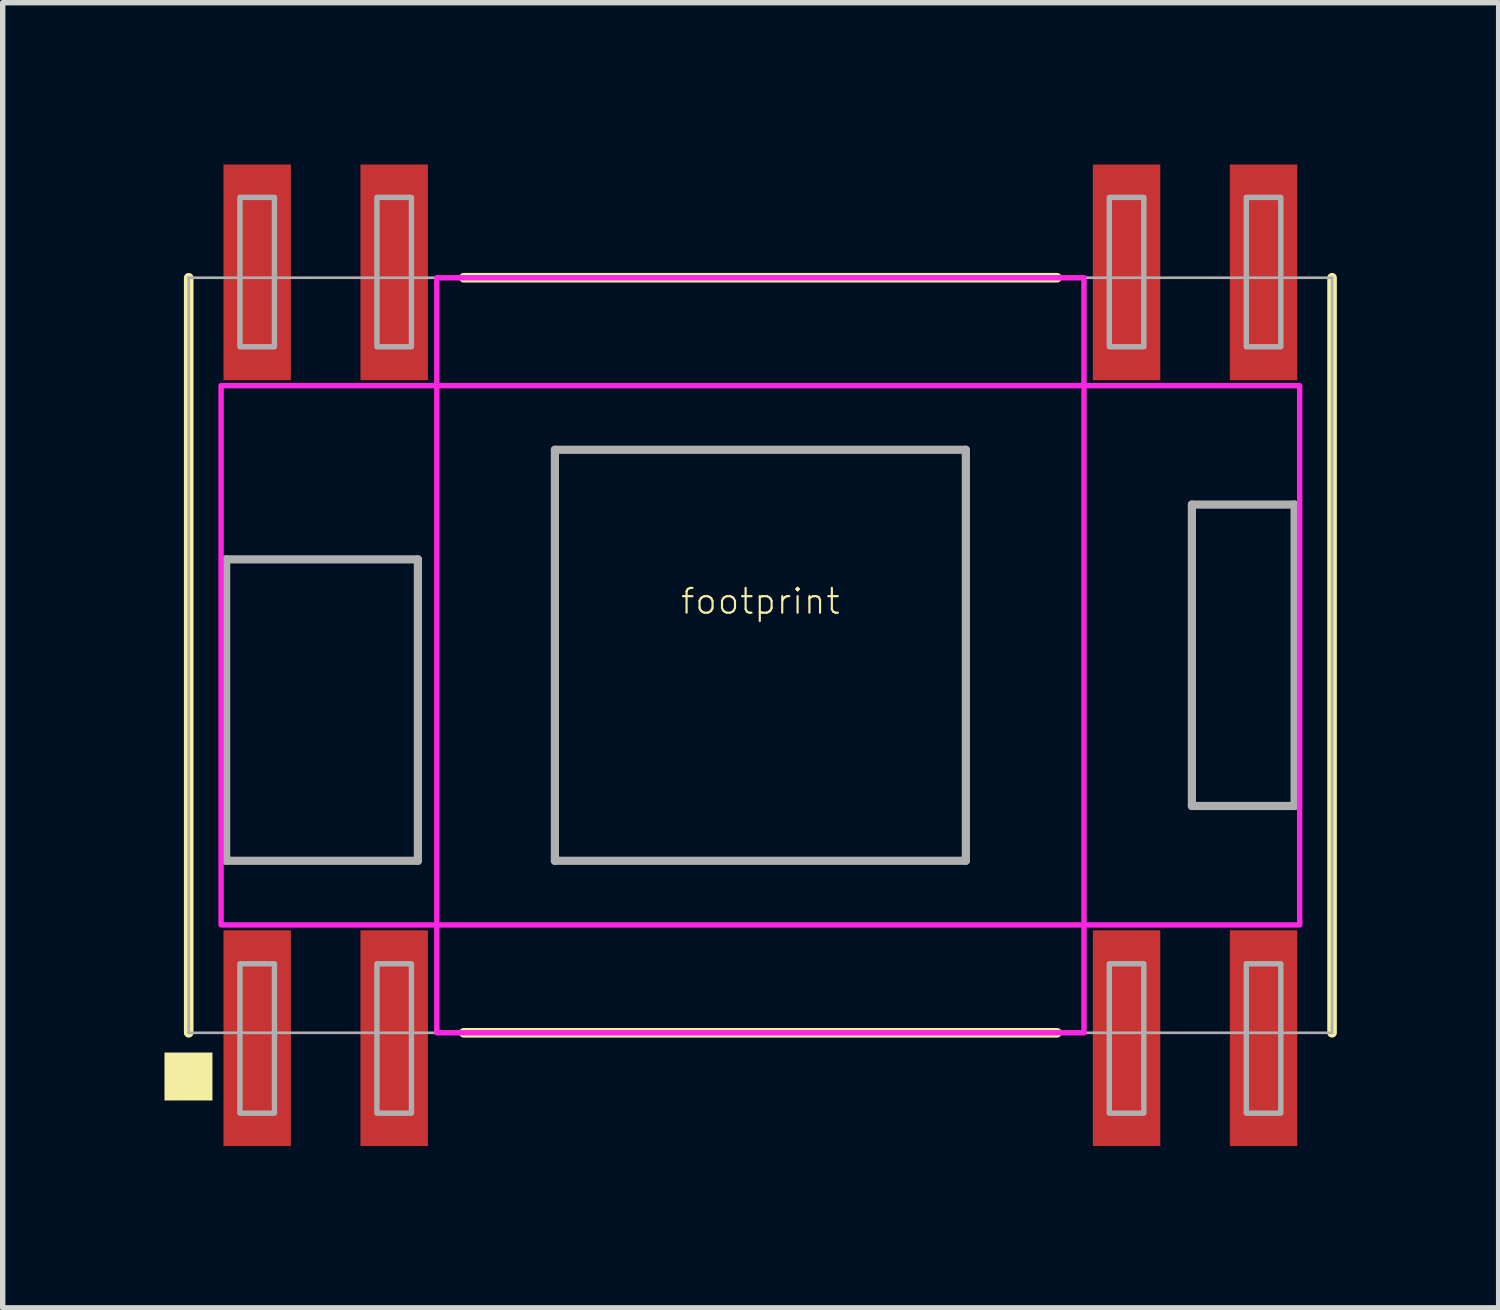
<source format=kicad_pcb>
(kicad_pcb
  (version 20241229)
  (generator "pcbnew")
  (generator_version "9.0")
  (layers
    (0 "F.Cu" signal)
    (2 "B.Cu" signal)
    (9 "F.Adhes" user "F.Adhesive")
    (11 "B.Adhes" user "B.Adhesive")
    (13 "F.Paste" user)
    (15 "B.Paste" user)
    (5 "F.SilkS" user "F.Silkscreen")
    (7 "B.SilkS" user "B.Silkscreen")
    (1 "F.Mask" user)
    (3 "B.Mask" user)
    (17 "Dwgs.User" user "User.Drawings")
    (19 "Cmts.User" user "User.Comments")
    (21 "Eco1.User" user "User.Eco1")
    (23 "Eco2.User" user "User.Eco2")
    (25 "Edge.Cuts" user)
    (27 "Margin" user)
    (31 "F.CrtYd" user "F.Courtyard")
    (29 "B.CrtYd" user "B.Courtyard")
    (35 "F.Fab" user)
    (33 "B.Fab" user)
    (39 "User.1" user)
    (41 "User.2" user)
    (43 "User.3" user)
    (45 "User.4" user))
  (footprint "footprint"
    (layer "F.Cu")
    (at 11.049 9.1)
    (property "Reference" "footprint" (at 0 -1 0) (layer "F.SilkS") (effects (font (size 0.46 0.46) (thickness 0.04))))
    (fp_line (start -10.6 -7) (end -10.6 7) (stroke (width 0.178) (type solid)) (layer "F.SilkS"))
    (fp_line (start -5.5 -7) (end 5.5 -7) (stroke (width 0.178) (type solid)) (layer "F.SilkS"))
    (fp_line (start -5.5 7) (end 5.5 7) (stroke (width 0.178) (type solid)) (layer "F.SilkS"))
    (fp_line (start 10.6 7) (end 10.6 -7) (stroke (width 0.178) (type solid)) (layer "F.SilkS"))
    (fp_poly (pts (xy -11.049 8.255) (xy -10.16 8.255) (xy -10.16 7.366) (xy -11.049 7.366)) (stroke (width 0) (type solid)) (fill yes) (layer "F.SilkS"))
    (fp_poly (pts (xy -10 5) (xy 10 5) (xy 10 -5) (xy -10 -5)) (stroke (width 0.1) (type solid)) (fill no) (layer "F.CrtYd"))
    (fp_poly (pts (xy -6 7) (xy 6 7) (xy 6 -7) (xy -6 -7)) (stroke (width 0.1) (type solid)) (fill no) (layer "F.CrtYd"))
    (fp_line (start -10.6 -7) (end 10.6 -7) (stroke (width 0.05) (type solid)) (layer "F.Fab"))
    (fp_line (start -10.6 7) (end -10.6 -7) (stroke (width 0.05) (type solid)) (layer "F.Fab"))
    (fp_line (start -9.906 -1.778) (end -6.35 -1.778) (stroke (width 0.152) (type solid)) (layer "F.Fab"))
    (fp_line (start -9.906 3.81) (end -9.906 -1.778) (stroke (width 0.152) (type solid)) (layer "F.Fab"))
    (fp_line (start -6.35 -1.778) (end -6.35 3.81) (stroke (width 0.152) (type solid)) (layer "F.Fab"))
    (fp_line (start -6.35 3.81) (end -9.906 3.81) (stroke (width 0.152) (type solid)) (layer "F.Fab"))
    (fp_line (start -3.81 -3.81) (end 3.81 -3.81) (stroke (width 0.152) (type solid)) (layer "F.Fab"))
    (fp_line (start -3.81 3.81) (end -3.81 -3.81) (stroke (width 0.152) (type solid)) (layer "F.Fab"))
    (fp_line (start 3.81 -3.81) (end 3.81 3.81) (stroke (width 0.152) (type solid)) (layer "F.Fab"))
    (fp_line (start 3.81 3.81) (end -3.81 3.81) (stroke (width 0.152) (type solid)) (layer "F.Fab"))
    (fp_line (start 8.001 -2.794) (end 9.906 -2.794) (stroke (width 0.152) (type solid)) (layer "F.Fab"))
    (fp_line (start 8.001 2.794) (end 8.001 -2.794) (stroke (width 0.152) (type solid)) (layer "F.Fab"))
    (fp_line (start 9.906 -2.794) (end 9.906 2.794) (stroke (width 0.152) (type solid)) (layer "F.Fab"))
    (fp_line (start 9.906 2.794) (end 8.001 2.794) (stroke (width 0.152) (type solid)) (layer "F.Fab"))
    (fp_line (start 10.6 -7) (end 10.6 7) (stroke (width 0.05) (type solid)) (layer "F.Fab"))
    (fp_line (start 10.6 7) (end -10.6 7) (stroke (width 0.05) (type solid)) (layer "F.Fab"))
    (fp_poly (pts (xy -9.65 -5.72) (xy -9.01 -5.72) (xy -9.01 -8.49) (xy -9.65 -8.49)) (stroke (width 0.1) (type solid)) (fill no) (layer "F.Fab"))
    (fp_poly (pts (xy -9.01 5.72) (xy -9.65 5.72) (xy -9.65 8.49) (xy -9.01 8.49)) (stroke (width 0.1) (type solid)) (fill no) (layer "F.Fab"))
    (fp_poly (pts (xy -7.11 -5.72) (xy -6.47 -5.72) (xy -6.47 -8.49) (xy -7.11 -8.49)) (stroke (width 0.1) (type solid)) (fill no) (layer "F.Fab"))
    (fp_poly (pts (xy -6.47 5.72) (xy -7.11 5.72) (xy -7.11 8.49) (xy -6.47 8.49)) (stroke (width 0.1) (type solid)) (fill no) (layer "F.Fab"))
    (fp_poly (pts (xy 6.47 -5.72) (xy 7.11 -5.72) (xy 7.11 -8.49) (xy 6.47 -8.49)) (stroke (width 0.1) (type solid)) (fill no) (layer "F.Fab"))
    (fp_poly (pts (xy 7.11 5.72) (xy 6.47 5.72) (xy 6.47 8.49) (xy 7.11 8.49)) (stroke (width 0.1) (type solid)) (fill no) (layer "F.Fab"))
    (fp_poly (pts (xy 9.01 -5.72) (xy 9.65 -5.72) (xy 9.65 -8.49) (xy 9.01 -8.49)) (stroke (width 0.1) (type solid)) (fill no) (layer "F.Fab"))
    (fp_poly (pts (xy 9.65 5.72) (xy 9.01 5.72) (xy 9.01 8.49) (xy 9.65 8.49)) (stroke (width 0.1) (type solid)) (fill no) (layer "F.Fab"))
    (pad "1" smd rect (at -9.33 7.1) (size 1.25 4) (layers "F.Cu" "F.Mask" "F.Paste"))
    (pad "2" smd rect (at -6.79 7.1) (size 1.25 4) (layers "F.Cu" "F.Mask" "F.Paste"))
    (pad "3" smd rect (at 6.79 7.1) (size 1.25 4) (layers "F.Cu" "F.Mask" "F.Paste"))
    (pad "4" smd rect (at 9.33 7.1) (size 1.25 4) (layers "F.Cu" "F.Mask" "F.Paste"))
    (pad "5" smd rect (at 9.33 -7.1 180) (size 1.25 4) (layers "F.Cu" "F.Mask" "F.Paste"))
    (pad "6" smd rect (at 6.79 -7.1 180) (size 1.25 4) (layers "F.Cu" "F.Mask" "F.Paste"))
    (pad "7" smd rect (at -6.79 -7.1 180) (size 1.25 4) (layers "F.Cu" "F.Mask" "F.Paste"))
    (pad "8" smd rect (at -9.33 -7.1 180) (size 1.25 4) (layers "F.Cu" "F.Mask" "F.Paste")))
  (gr_rect
    (start -3 -3)
    (end 24.738 21.2)
    (stroke (width 0.1) (type default))
    (fill no)
    (layer "Edge.Cuts")))
</source>
